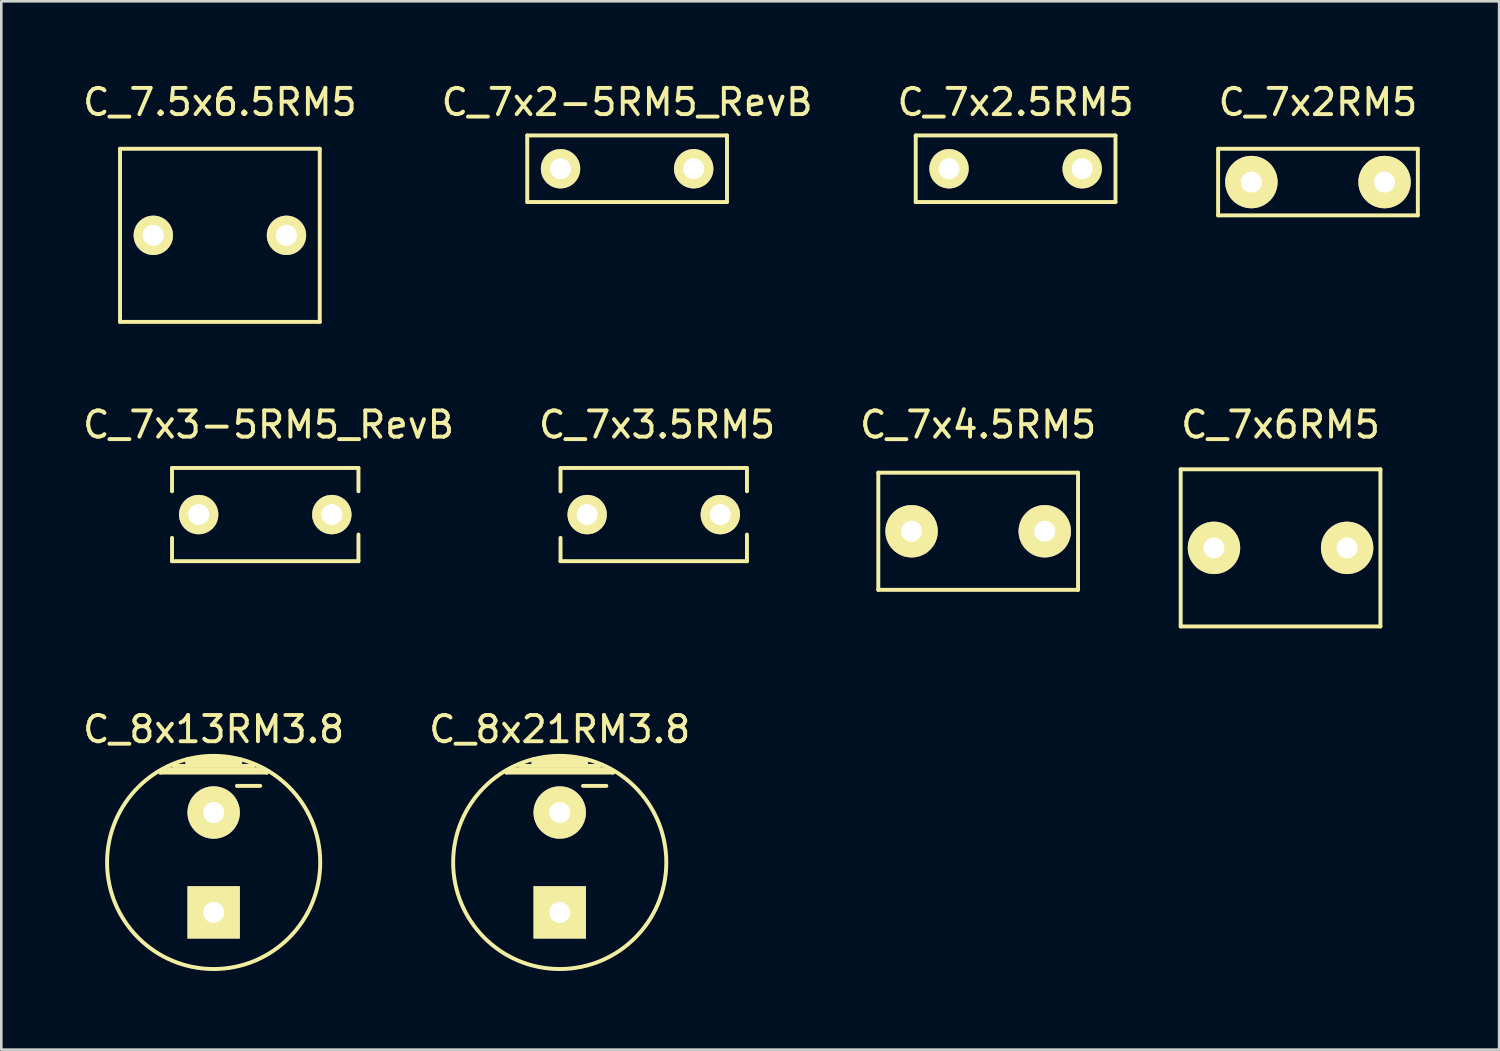
<source format=kicad_pcb>
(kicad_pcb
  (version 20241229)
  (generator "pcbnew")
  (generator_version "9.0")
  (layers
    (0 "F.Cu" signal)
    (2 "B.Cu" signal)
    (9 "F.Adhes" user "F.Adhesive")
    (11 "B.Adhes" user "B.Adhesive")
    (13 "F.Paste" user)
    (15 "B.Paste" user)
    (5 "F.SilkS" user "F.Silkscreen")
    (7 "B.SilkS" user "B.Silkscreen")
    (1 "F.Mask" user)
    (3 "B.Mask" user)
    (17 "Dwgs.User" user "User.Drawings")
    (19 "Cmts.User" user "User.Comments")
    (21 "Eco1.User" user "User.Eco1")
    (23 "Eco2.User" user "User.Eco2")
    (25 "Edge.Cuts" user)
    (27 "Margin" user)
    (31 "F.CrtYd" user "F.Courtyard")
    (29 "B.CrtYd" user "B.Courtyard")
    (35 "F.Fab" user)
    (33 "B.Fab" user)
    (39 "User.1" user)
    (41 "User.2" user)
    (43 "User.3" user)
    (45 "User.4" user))
  (footprint "C_7x2.5RM5"
    (layer "F.Cu")
    (at 33.156 3.388)
    (property "Reference" "C_7x2.5RM5" (at 2.54 -2.54 0) (layer "F.SilkS") (effects (font (size 1 1) (thickness 0.15))))
    (attr through_hole)
    (fp_line (start -1.27 -1.27) (end -1.27 1.27) (stroke (width 0.15) (type solid)) (layer "F.SilkS"))
    (fp_line (start -1.27 1.27) (end 6.35 1.27) (stroke (width 0.15) (type solid)) (layer "F.SilkS"))
    (fp_line (start 6.35 -1.27) (end -1.27 -1.27) (stroke (width 0.15) (type solid)) (layer "F.SilkS"))
    (fp_line (start 6.35 1.27) (end 6.35 -1.27) (stroke (width 0.15) (type solid)) (layer "F.SilkS"))
    (pad "1" thru_hole circle (at 0 0) (size 1.501 1.501) (drill 0.8) (layers "*.Cu" "*.Mask" "F.SilkS"))
    (pad "2" thru_hole circle (at 5.08 0) (size 1.501 1.501) (drill 0.8) (layers "*.Cu" "*.Mask" "F.SilkS")))
  (footprint "C_7x4.5RM5"
    (layer "F.Cu")
    (at 34.268 17.218)
    (property "Reference" "C_7x4.5RM5" (at 0 -4.064 0) (layer "F.SilkS") (effects (font (size 1 1) (thickness 0.15))))
    (attr through_hole)
    (fp_line (start -3.81 -2.235) (end 3.81 -2.235) (stroke (width 0.15) (type solid)) (layer "F.SilkS"))
    (fp_line (start -3.81 2.235) (end -3.81 -2.235) (stroke (width 0.15) (type solid)) (layer "F.SilkS"))
    (fp_line (start 3.81 2.235) (end -3.81 2.235) (stroke (width 0.15) (type solid)) (layer "F.SilkS"))
    (fp_line (start 3.81 2.235) (end 3.81 -2.235) (stroke (width 0.15) (type solid)) (layer "F.SilkS"))
    (pad "1" thru_hole circle (at -2.54 0) (size 1.999 1.999) (drill 0.8) (layers "*.Cu" "*.Mask" "F.SilkS"))
    (pad "2" thru_hole circle (at 2.54 0) (size 1.999 1.999) (drill 0.8) (layers "*.Cu" "*.Mask" "F.SilkS")))
  (footprint "C_8x21RM3.8"
    (layer "F.Cu")
    (at 18.304 29.853)
    (property "Reference" "C_8x21RM3.8" (at 0 -5.08 0) (layer "F.SilkS") (effects (font (size 1 1) (thickness 0.15))))
    (attr through_hole)
    (fp_line (start -2.032 -3.429) (end -1.651 -3.556) (stroke (width 0.15) (type solid)) (layer "F.SilkS"))
    (fp_line (start -1.651 -3.556) (end 1.651 -3.556) (stroke (width 0.15) (type solid)) (layer "F.SilkS"))
    (fp_line (start -1.524 -3.683) (end 1.524 -3.683) (stroke (width 0.15) (type solid)) (layer "F.SilkS"))
    (fp_line (start -1.016 -3.81) (end 1.016 -3.81) (stroke (width 0.15) (type solid)) (layer "F.SilkS"))
    (fp_line (start 0.889 -2.921) (end 1.778 -2.921) (stroke (width 0.15) (type solid)) (layer "F.SilkS"))
    (fp_line (start 1.016 -3.937) (end -1.016 -3.937) (stroke (width 0.15) (type solid)) (layer "F.SilkS"))
    (fp_line (start 1.651 -3.556) (end 2.032 -3.429) (stroke (width 0.15) (type solid)) (layer "F.SilkS"))
    (fp_line (start 2.032 -3.429) (end -2.032 -3.429) (stroke (width 0.15) (type solid)) (layer "F.SilkS"))
    (fp_circle (center 0 0) (end -4.064 0.127) (stroke (width 0.15) (type solid)) (fill no) (layer "F.SilkS"))
    (pad "1" thru_hole rect (at 0 1.905) (size 1.999 1.999) (drill 0.8) (layers "*.Cu" "*.Mask" "F.SilkS"))
    (pad "2" thru_hole circle (at 0 -1.905) (size 1.999 1.999) (drill 0.8) (layers "*.Cu" "*.Mask" "F.SilkS")))
  (footprint "C_7x2-5RM5_RevB"
    (layer "F.Cu")
    (at 20.875 3.388)
    (property "Reference" "C_7x2-5RM5_RevB" (at 0 -2.54 0) (layer "F.SilkS") (effects (font (size 1 1) (thickness 0.15))))
    (attr through_hole)
    (fp_line (start -3.81 -1.27) (end -3.81 1.27) (stroke (width 0.15) (type solid)) (layer "F.SilkS"))
    (fp_line (start -3.81 1.27) (end 3.81 1.27) (stroke (width 0.15) (type solid)) (layer "F.SilkS"))
    (fp_line (start 3.81 -1.27) (end -3.81 -1.27) (stroke (width 0.15) (type solid)) (layer "F.SilkS"))
    (fp_line (start 3.81 1.27) (end 3.81 -1.27) (stroke (width 0.15) (type solid)) (layer "F.SilkS"))
    (pad "1" thru_hole circle (at -2.54 0) (size 1.501 1.501) (drill 0.8) (layers "*.Cu" "*.Mask" "F.SilkS"))
    (pad "2" thru_hole circle (at 2.54 0) (size 1.501 1.501) (drill 0.8) (layers "*.Cu" "*.Mask" "F.SilkS")))
  (footprint "C_7x3-5RM5_RevB"
    (layer "F.Cu")
    (at 7.069 16.582)
    (property "Reference" "C_7x3-5RM5_RevB" (at 0.127 -3.429 0) (layer "F.SilkS") (effects (font (size 1 1) (thickness 0.15))))
    (attr through_hole)
    (fp_line (start -3.556 -1.778) (end -3.556 -0.889) (stroke (width 0.15) (type solid)) (layer "F.SilkS"))
    (fp_line (start -3.556 1.778) (end -3.556 0.889) (stroke (width 0.15) (type solid)) (layer "F.SilkS"))
    (fp_line (start -3.556 1.778) (end 3.556 1.778) (stroke (width 0.15) (type solid)) (layer "F.SilkS"))
    (fp_line (start 3.556 -1.778) (end -3.556 -1.778) (stroke (width 0.15) (type solid)) (layer "F.SilkS"))
    (fp_line (start 3.556 -1.778) (end 3.556 -0.889) (stroke (width 0.15) (type solid)) (layer "F.SilkS"))
    (fp_line (start 3.556 1.778) (end 3.556 0.762) (stroke (width 0.15) (type solid)) (layer "F.SilkS"))
    (pad "1" thru_hole circle (at -2.54 0) (size 1.501 1.501) (drill 0.8) (layers "*.Cu" "*.Mask" "F.SilkS"))
    (pad "2" thru_hole circle (at 2.54 0) (size 1.501 1.501) (drill 0.8) (layers "*.Cu" "*.Mask" "F.SilkS")))
  (footprint "C_7x6RM5"
    (layer "F.Cu")
    (at 45.804 17.852)
    (property "Reference" "C_7x6RM5" (at 0 -4.699 0) (layer "F.SilkS") (effects (font (size 1 1) (thickness 0.15))))
    (attr through_hole)
    (fp_line (start -3.81 -2.997) (end 3.81 -2.997) (stroke (width 0.15) (type solid)) (layer "F.SilkS"))
    (fp_line (start -3.81 2.997) (end -3.81 -2.997) (stroke (width 0.15) (type solid)) (layer "F.SilkS"))
    (fp_line (start 3.81 -2.997) (end 3.81 2.997) (stroke (width 0.15) (type solid)) (layer "F.SilkS"))
    (fp_line (start 3.81 2.997) (end -3.81 2.997) (stroke (width 0.15) (type solid)) (layer "F.SilkS"))
    (pad "1" thru_hole circle (at -2.54 0) (size 1.999 1.999) (drill 0.8) (layers "*.Cu" "*.Mask" "F.SilkS"))
    (pad "2" thru_hole circle (at 2.54 0) (size 1.999 1.999) (drill 0.8) (layers "*.Cu" "*.Mask" "F.SilkS")))
  (footprint "C_7.5x6.5RM5"
    (layer "F.Cu")
    (at 2.799 5.928)
    (property "Reference" "C_7.5x6.5RM5" (at 2.54 -5.08 0) (layer "F.SilkS") (effects (font (size 1 1) (thickness 0.15))))
    (attr through_hole)
    (fp_line (start -1.27 -3.302) (end -1.27 3.302) (stroke (width 0.15) (type solid)) (layer "F.SilkS"))
    (fp_line (start -1.27 3.302) (end 6.35 3.302) (stroke (width 0.15) (type solid)) (layer "F.SilkS"))
    (fp_line (start 6.35 -3.302) (end -1.27 -3.302) (stroke (width 0.15) (type solid)) (layer "F.SilkS"))
    (fp_line (start 6.35 3.302) (end 6.35 -3.302) (stroke (width 0.15) (type solid)) (layer "F.SilkS"))
    (pad "1" thru_hole circle (at 0 0) (size 1.501 1.501) (drill 0.8) (layers "*.Cu" "*.Mask" "F.SilkS"))
    (pad "2" thru_hole circle (at 5.08 0) (size 1.501 1.501) (drill 0.8) (layers "*.Cu" "*.Mask" "F.SilkS")))
  (footprint "C_8x13RM3.8"
    (layer "F.Cu")
    (at 5.101 29.853)
    (property "Reference" "C_8x13RM3.8" (at 0 -5.08 0) (layer "F.SilkS") (effects (font (size 1 1) (thickness 0.15))))
    (attr through_hole)
    (fp_line (start -2.032 -3.429) (end -1.651 -3.556) (stroke (width 0.15) (type solid)) (layer "F.SilkS"))
    (fp_line (start -1.651 -3.556) (end 1.651 -3.556) (stroke (width 0.15) (type solid)) (layer "F.SilkS"))
    (fp_line (start -1.524 -3.683) (end 1.524 -3.683) (stroke (width 0.15) (type solid)) (layer "F.SilkS"))
    (fp_line (start -1.016 -3.81) (end 1.016 -3.81) (stroke (width 0.15) (type solid)) (layer "F.SilkS"))
    (fp_line (start 0.889 -2.921) (end 1.778 -2.921) (stroke (width 0.15) (type solid)) (layer "F.SilkS"))
    (fp_line (start 1.016 -3.937) (end -1.016 -3.937) (stroke (width 0.15) (type solid)) (layer "F.SilkS"))
    (fp_line (start 1.651 -3.556) (end 2.032 -3.429) (stroke (width 0.15) (type solid)) (layer "F.SilkS"))
    (fp_line (start 2.032 -3.429) (end -2.032 -3.429) (stroke (width 0.15) (type solid)) (layer "F.SilkS"))
    (fp_circle (center 0 0) (end -4.064 0.127) (stroke (width 0.15) (type solid)) (fill no) (layer "F.SilkS"))
    (pad "1" thru_hole rect (at 0 1.905) (size 1.999 1.999) (drill 0.8) (layers "*.Cu" "*.Mask" "F.SilkS"))
    (pad "2" thru_hole circle (at 0 -1.905) (size 1.999 1.999) (drill 0.8) (layers "*.Cu" "*.Mask" "F.SilkS")))
  (footprint "C_7x3.5RM5"
    (layer "F.Cu")
    (at 19.351 16.582)
    (property "Reference" "C_7x3.5RM5" (at 2.667 -3.429 0) (layer "F.SilkS") (effects (font (size 1 1) (thickness 0.15))))
    (attr through_hole)
    (fp_line (start -1.016 -1.778) (end -1.016 -0.889) (stroke (width 0.15) (type solid)) (layer "F.SilkS"))
    (fp_line (start -1.016 1.778) (end -1.016 0.889) (stroke (width 0.15) (type solid)) (layer "F.SilkS"))
    (fp_line (start -1.016 1.778) (end 6.096 1.778) (stroke (width 0.15) (type solid)) (layer "F.SilkS"))
    (fp_line (start 6.096 -1.778) (end -1.016 -1.778) (stroke (width 0.15) (type solid)) (layer "F.SilkS"))
    (fp_line (start 6.096 -1.778) (end 6.096 -0.889) (stroke (width 0.15) (type solid)) (layer "F.SilkS"))
    (fp_line (start 6.096 1.778) (end 6.096 0.762) (stroke (width 0.15) (type solid)) (layer "F.SilkS"))
    (pad "1" thru_hole circle (at 0 0) (size 1.501 1.501) (drill 0.8) (layers "*.Cu" "*.Mask" "F.SilkS"))
    (pad "2" thru_hole circle (at 5.08 0) (size 1.501 1.501) (drill 0.8) (layers "*.Cu" "*.Mask" "F.SilkS")))
  (footprint "C_7x2RM5"
    (layer "F.Cu")
    (at 47.232 3.896)
    (property "Reference" "C_7x2RM5" (at 0 -3.048 0) (layer "F.SilkS") (effects (font (size 1 1) (thickness 0.15))))
    (attr through_hole)
    (fp_line (start -3.81 -1.27) (end 3.81 -1.27) (stroke (width 0.15) (type solid)) (layer "F.SilkS"))
    (fp_line (start -3.81 1.27) (end -3.81 -1.27) (stroke (width 0.15) (type solid)) (layer "F.SilkS"))
    (fp_line (start 3.81 -1.27) (end 3.81 1.27) (stroke (width 0.15) (type solid)) (layer "F.SilkS"))
    (fp_line (start 3.81 1.27) (end -3.81 1.27) (stroke (width 0.15) (type solid)) (layer "F.SilkS"))
    (pad "1" thru_hole circle (at -2.54 0) (size 1.999 1.999) (drill 0.8) (layers "*.Cu" "*.Mask" "F.SilkS"))
    (pad "2" thru_hole circle (at 2.54 0) (size 1.999 1.999) (drill 0.8) (layers "*.Cu" "*.Mask" "F.SilkS")))
  (gr_rect
    (start -3 -3)
    (end 54.143 36.994)
    (stroke (width 0.1) (type default))
    (fill no)
    (layer "Edge.Cuts")))
</source>
